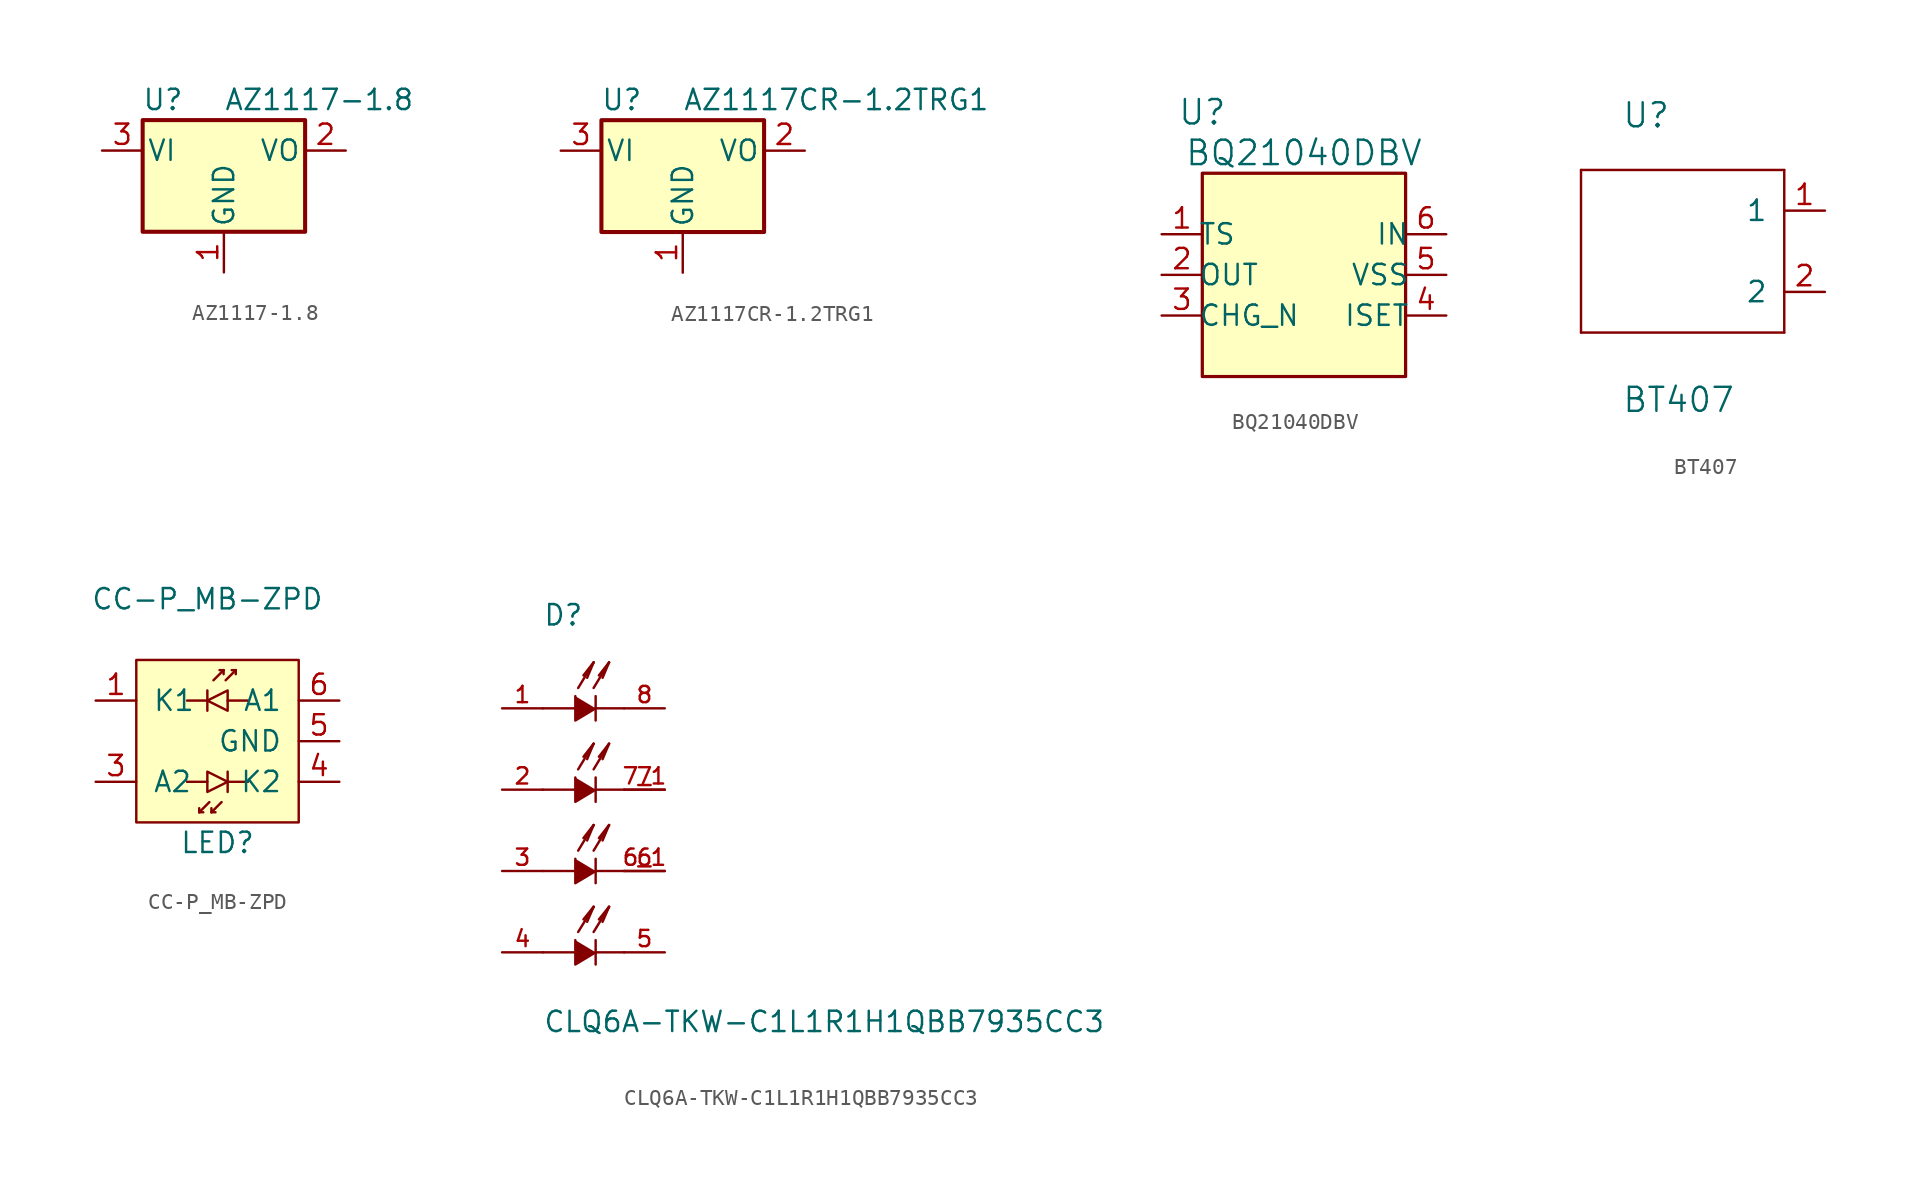
<source format=kicad_sym>
(kicad_symbol_lib
  (version 20201005)
  (generator kicad_symbol_editor)
  (symbol "mSchLibrary:AZ1117-1.8"
    (pin_names
      (offset 0.254))
    (property "Reference" "U"
      (at -3.81 3.175 0)
      (effects (font (size 1.27 1.27))))
    (property "Value" "AZ1117-1.8"
      (at 0 3.175 0)
      (effects (font (size 1.27 1.27)) (justify left)))
    (symbol "AZ1117-1.8_0_1"
      (rectangle (start -5.08 1.905) (end 5.08 -5.08) (stroke (width 0.254)) (fill (type background))))
    (symbol "AZ1117-1.8_1_1"
      (pin power_in line (at 0 -7.62 90) (length 2.54) (name "GND" (effects (font (size 1.27 1.27)))) (number "1" (effects (font (size 1.27 1.27)))))
      (pin power_out line (at 7.62 0 180) (length 2.54) (name "VO" (effects (font (size 1.27 1.27)))) (number "2" (effects (font (size 1.27 1.27)))))
      (pin power_in line (at -7.62 0 0) (length 2.54) (name "VI" (effects (font (size 1.27 1.27)))) (number "3" (effects (font (size 1.27 1.27)))))))
  (symbol "mSchLibrary:AZ1117CR-1.2TRG1"
    (pin_names
      (offset 0.254))
    (property "Reference" "U"
      (at -3.81 3.175 0)
      (effects (font (size 1.27 1.27))))
    (property "Value" "AZ1117CR-1.2TRG1"
      (at 0 3.175 0)
      (effects (font (size 1.27 1.27)) (justify left)))
    (symbol "AZ1117CR-1.2TRG1_0_1"
      (rectangle (start -5.08 1.905) (end 5.08 -5.08) (stroke (width 0.254)) (fill (type background))))
    (symbol "AZ1117CR-1.2TRG1_1_1"
      (pin power_in line (at 0 -7.62 90) (length 2.54) (name "GND" (effects (font (size 1.27 1.27)))) (number "1" (effects (font (size 1.27 1.27)))))
      (pin power_out line (at 7.62 0 180) (length 2.54) (name "VO" (effects (font (size 1.27 1.27)))) (number "2" (effects (font (size 1.27 1.27)))))
      (pin power_in line (at -7.62 0 0) (length 2.54) (name "VI" (effects (font (size 1.27 1.27)))) (number "3" (effects (font (size 1.27 1.27)))))))
  (symbol "mSchLibrary:BQ21040DBV"
    (pin_names
      (offset -0.254))
    (property "Reference" "U"
      (at -6.35 10.16 0)
      (effects (font (size 1.524 1.524))))
    (property "Value" "BQ21040DBV"
      (at 0 7.62 0)
      (effects (font (size 1.524 1.524))))
    (symbol "BQ21040DBV_0_1"
      (rectangle (start -6.35 6.35) (end 6.35 -6.35) (stroke (width 0.203)) (fill (type background))))
    (symbol "BQ21040DBV_1_0"
      (pin input line (at -8.89 2.54 0) (length 2.54) (name "TS" (effects (font (size 1.27 1.27)))) (number "1" (effects (font (size 1.27 1.27)))))
      (pin power_out line (at -8.89 0 0) (length 2.54) (name "OUT" (effects (font (size 1.27 1.27)))) (number "2" (effects (font (size 1.27 1.27)))))
      (pin output line (at -8.89 -2.54 0) (length 2.54) (name "CHG_N" (effects (font (size 1.27 1.27)))) (number "3" (effects (font (size 1.27 1.27)))))
      (pin input line (at 8.89 -2.54 180) (length 2.54) (name "ISET" (effects (font (size 1.27 1.27)))) (number "4" (effects (font (size 1.27 1.27)))))
      (pin power_in line (at 8.89 0 180) (length 2.54) (name "VSS" (effects (font (size 1.27 1.27)))) (number "5" (effects (font (size 1.27 1.27)))))
      (pin power_in line (at 8.89 2.54 180) (length 2.54) (name "IN" (effects (font (size 1.27 1.27)))) (number "6" (effects (font (size 1.27 1.27)))))))
  (symbol "mSchLibrary:BT407"
    (pin_names
      (offset 1.016))
    (property "Reference" "U"
      (at -5.08 7.62 0)
      (effects (font (size 1.499 1.499)) (justify left bottom)))
    (property "Value" "BT407"
      (at -5.08 -10.16 0)
      (effects (font (size 1.499 1.499)) (justify left bottom)))
    (symbol "BT407_1_0"
      (polyline (pts (xy -7.62 -5.08) (xy -7.62 5.08)) (stroke (width 0)) (fill (type none)))
      (polyline (pts (xy -7.62 5.08) (xy 5.08 5.08)) (stroke (width 0)) (fill (type none)))
      (polyline (pts (xy 5.08 -5.08) (xy -7.62 -5.08)) (stroke (width 0)) (fill (type none)))
      (polyline (pts (xy 5.08 5.08) (xy 5.08 -5.08)) (stroke (width 0)) (fill (type none)))
      (pin bidirectional line (at 7.62 2.54 180) (length 2.54) (name "1" (effects (font (size 1.27 1.27)))) (number "1" (effects (font (size 1.27 1.27)))))
      (pin bidirectional line (at 7.62 -2.54 180) (length 2.54) (name "2" (effects (font (size 1.27 1.27)))) (number "2" (effects (font (size 1.27 1.27)))))))
  (symbol "mSchLibrary:CC-P_MB-ZPD"
    (pin_names
      (offset 1.016))
    (property "Reference" "LED"
      (at 0 -6.35 0)
      (effects (font (size 1.27 1.27))))
    (property "Value" "CC-P_MB-ZPD"
      (at -0.635 8.89 0)
      (effects (font (size 1.27 1.27))))
    (symbol "CC-P_MB-ZPD_0_0"
      (pin passive line (at -7.62 2.54 0) (length 2.54) (name "K1" (effects (font (size 1.27 1.27)))) (number "1" (effects (font (size 1.27 1.27)))))
      (pin passive line (at -7.62 -2.54 0) (length 2.54) (name "A2" (effects (font (size 1.27 1.27)))) (number "3" (effects (font (size 1.27 1.27)))))
      (pin power_in line (at 7.62 -2.54 180) (length 2.54) (name "K2" (effects (font (size 1.27 1.27)))) (number "4" (effects (font (size 1.27 1.27)))))
      (pin passive line (at 7.62 0 180) (length 2.54) (name "GND" (effects (font (size 1.27 1.27)))) (number "5" (effects (font (size 1.27 1.27)))))
      (pin power_in line (at 7.62 2.54 180) (length 2.54) (name "A1" (effects (font (size 1.27 1.27)))) (number "6" (effects (font (size 1.27 1.27))))))
    (symbol "CC-P_MB-ZPD_0_1"
      (rectangle (start 5.08 5.08) (end -5.08 -5.08) (stroke (width 0)) (fill (type background)))
      (polyline (pts (xy -1.143 -4.445) (xy -1.143 -4.191)) (stroke (width 0)) (fill (type none)))
      (polyline (pts (xy -1.143 -4.445) (xy -0.889 -4.445)) (stroke (width 0)) (fill (type none)))
      (polyline (pts (xy -0.635 -2.54) (xy -1.905 -2.54)) (stroke (width 0)) (fill (type none)))
      (polyline (pts (xy -0.635 2.54) (xy -1.905 2.54)) (stroke (width 0)) (fill (type none)))
      (polyline (pts (xy -0.635 3.175) (xy -0.635 1.905)) (stroke (width 0)) (fill (type none)))
      (polyline (pts (xy -0.508 -3.81) (xy -1.143 -4.445)) (stroke (width 0)) (fill (type none)))
      (polyline (pts (xy -0.381 -4.445) (xy -0.381 -4.191)) (stroke (width 0)) (fill (type none)))
      (polyline (pts (xy -0.381 -4.445) (xy -0.127 -4.445)) (stroke (width 0)) (fill (type none)))
      (polyline (pts (xy -0.254 3.81) (xy 0.381 4.445)) (stroke (width 0)) (fill (type none)))
      (polyline (pts (xy 0.254 -3.81) (xy -0.381 -4.445)) (stroke (width 0)) (fill (type none)))
      (polyline (pts (xy 0.381 4.445) (xy 0.127 4.445)) (stroke (width 0)) (fill (type none)))
      (polyline (pts (xy 0.381 4.445) (xy 0.381 4.191)) (stroke (width 0)) (fill (type none)))
      (polyline (pts (xy 0.508 3.81) (xy 1.143 4.445)) (stroke (width 0)) (fill (type none)))
      (polyline (pts (xy 0.635 -3.175) (xy 0.635 -1.905)) (stroke (width 0)) (fill (type none)))
      (polyline (pts (xy 0.635 -2.54) (xy 1.905 -2.54)) (stroke (width 0)) (fill (type none)))
      (polyline (pts (xy 0.635 2.54) (xy 1.905 2.54)) (stroke (width 0)) (fill (type none)))
      (polyline (pts (xy 1.143 4.445) (xy 0.889 4.445)) (stroke (width 0)) (fill (type none)))
      (polyline (pts (xy 1.143 4.445) (xy 1.143 4.191)) (stroke (width 0)) (fill (type none)))
      (polyline (pts (xy -0.635 2.54) (xy 0.635 3.175) (xy 0.635 1.905) (xy -0.635 2.54)) (stroke (width 0)) (fill (type none)))
      (polyline (pts (xy 0.635 -2.54) (xy -0.635 -3.175) (xy -0.635 -1.905) (xy 0.635 -2.54)) (stroke (width 0)) (fill (type none)))))
  (symbol "mSchLibrary:CLQ6A-TKW-C1L1R1H1QBB7935CC3"
    (pin_names
      (offset 1.016) hide)
    (property "Reference" "D"
      (at -2.54 12.7 0)
      (effects (font (size 1.27 1.27)) (justify left bottom)))
    (property "Value" "CLQ6A-TKW-C1L1R1H1QBB7935CC3"
      (at -2.54 -12.7 0)
      (effects (font (size 1.27 1.27)) (justify left bottom)))
    (symbol "CLQ6A-TKW-C1L1R1H1QBB7935CC3_0_0"
      (polyline (pts (xy -0.508 -7.62) (xy -2.54 -7.62)) (stroke (width 0.152)) (fill (type none)))
      (polyline (pts (xy -0.508 -2.54) (xy -2.54 -2.54)) (stroke (width 0.152)) (fill (type none)))
      (polyline (pts (xy -0.508 2.54) (xy -2.54 2.54)) (stroke (width 0.152)) (fill (type none)))
      (polyline (pts (xy -0.508 7.62) (xy -2.54 7.62)) (stroke (width 0.152)) (fill (type none)))
      (polyline (pts (xy -0.33 -6.35) (xy 0.635 -4.775)) (stroke (width 0.152)) (fill (type none)))
      (polyline (pts (xy -0.33 -1.27) (xy 0.635 0.33)) (stroke (width 0.152)) (fill (type none)))
      (polyline (pts (xy -0.33 3.81) (xy 0.635 5.41)) (stroke (width 0.152)) (fill (type none)))
      (polyline (pts (xy -0.33 8.89) (xy 0.635 10.49)) (stroke (width 0.152)) (fill (type none)))
      (polyline (pts (xy 0.635 -6.35) (xy 1.6 -4.775)) (stroke (width 0.152)) (fill (type none)))
      (polyline (pts (xy 0.635 -4.775) (xy 0 -5.563)) (stroke (width 0.152)) (fill (type none)))
      (polyline (pts (xy 0.635 -4.775) (xy 0.229 -5.715)) (stroke (width 0.152)) (fill (type none)))
      (polyline (pts (xy 0.635 -1.27) (xy 1.6 0.33)) (stroke (width 0.152)) (fill (type none)))
      (polyline (pts (xy 0.635 0.33) (xy 0 -0.483)) (stroke (width 0.152)) (fill (type none)))
      (polyline (pts (xy 0.635 0.33) (xy 0.229 -0.635)) (stroke (width 0.152)) (fill (type none)))
      (polyline (pts (xy 0.635 3.81) (xy 1.6 5.41)) (stroke (width 0.152)) (fill (type none)))
      (polyline (pts (xy 0.635 5.41) (xy 0 4.597)) (stroke (width 0.152)) (fill (type none)))
      (polyline (pts (xy 0.635 5.41) (xy 0.229 4.445)) (stroke (width 0.152)) (fill (type none)))
      (polyline (pts (xy 0.635 8.89) (xy 1.6 10.49)) (stroke (width 0.152)) (fill (type none)))
      (polyline (pts (xy 0.635 10.49) (xy 0 9.677)) (stroke (width 0.152)) (fill (type none)))
      (polyline (pts (xy 0.635 10.49) (xy 0.229 9.525)) (stroke (width 0.152)) (fill (type none)))
      (polyline (pts (xy 0.762 -8.382) (xy 0.762 -6.858)) (stroke (width 0.152)) (fill (type none)))
      (polyline (pts (xy 0.762 -7.62) (xy 2.54 -7.62)) (stroke (width 0.152)) (fill (type none)))
      (polyline (pts (xy 0.762 -3.302) (xy 0.762 -1.778)) (stroke (width 0.152)) (fill (type none)))
      (polyline (pts (xy 0.762 -2.54) (xy 2.54 -2.54)) (stroke (width 0.152)) (fill (type none)))
      (polyline (pts (xy 0.762 1.778) (xy 0.762 3.302)) (stroke (width 0.152)) (fill (type none)))
      (polyline (pts (xy 0.762 2.54) (xy 2.54 2.54)) (stroke (width 0.152)) (fill (type none)))
      (polyline (pts (xy 0.762 6.858) (xy 0.762 8.382)) (stroke (width 0.152)) (fill (type none)))
      (polyline (pts (xy 0.762 7.62) (xy 2.54 7.62)) (stroke (width 0.152)) (fill (type none)))
      (polyline (pts (xy 1.6 -4.775) (xy 0.965 -5.563)) (stroke (width 0.152)) (fill (type none)))
      (polyline (pts (xy 1.6 -4.775) (xy 1.194 -5.715)) (stroke (width 0.152)) (fill (type none)))
      (polyline (pts (xy 1.6 0.33) (xy 0.965 -0.483)) (stroke (width 0.152)) (fill (type none)))
      (polyline (pts (xy 1.6 0.33) (xy 1.194 -0.635)) (stroke (width 0.152)) (fill (type none)))
      (polyline (pts (xy 1.6 5.41) (xy 0.965 4.597)) (stroke (width 0.152)) (fill (type none)))
      (polyline (pts (xy 1.6 5.41) (xy 1.194 4.445)) (stroke (width 0.152)) (fill (type none)))
      (polyline (pts (xy 1.6 10.49) (xy 0.965 9.677)) (stroke (width 0.152)) (fill (type none)))
      (polyline (pts (xy 1.6 10.49) (xy 1.194 9.525)) (stroke (width 0.152)) (fill (type none)))
      (polyline (pts (xy 0.762 -7.62) (xy -0.508 -8.382) (xy -0.508 -6.858)) (stroke (width 0.152)) (fill (type outline)))
      (polyline (pts (xy 0.762 -2.54) (xy -0.508 -3.302) (xy -0.508 -1.778)) (stroke (width 0.152)) (fill (type outline)))
      (polyline (pts (xy 0.762 2.54) (xy -0.508 1.778) (xy -0.508 3.302)) (stroke (width 0.152)) (fill (type outline)))
      (polyline (pts (xy 0.762 7.62) (xy -0.508 6.858) (xy -0.508 8.382)) (stroke (width 0.152)) (fill (type outline)))
      (pin passive line (at -5.08 7.62 0) (length 2.54) (name "~" (effects (font (size 1.016 1.016)))) (number "1" (effects (font (size 1.016 1.016)))))
      (pin passive line (at -5.08 2.54 0) (length 2.54) (name "~" (effects (font (size 1.016 1.016)))) (number "2" (effects (font (size 1.016 1.016)))))
      (pin passive line (at -5.08 -2.54 0) (length 2.54) (name "~" (effects (font (size 1.016 1.016)))) (number "3" (effects (font (size 1.016 1.016)))))
      (pin passive line (at -5.08 -7.62 0) (length 2.54) (name "~" (effects (font (size 1.016 1.016)))) (number "4" (effects (font (size 1.016 1.016)))))
      (pin passive line (at 5.08 -7.62 180) (length 2.54) (name "~" (effects (font (size 1.016 1.016)))) (number "5" (effects (font (size 1.016 1.016)))))
      (pin passive line (at 5.08 -2.54 180) (length 2.54) (name "~" (effects (font (size 1.016 1.016)))) (number "6" (effects (font (size 1.016 1.016)))))
      (pin passive line (at 5.08 -2.54 180) (length 2.54) (name "~" (effects (font (size 1.016 1.016)))) (number "6_1" (effects (font (size 1.016 1.016)))))
      (pin passive line (at 5.08 2.54 180) (length 2.54) (name "~" (effects (font (size 1.016 1.016)))) (number "7" (effects (font (size 1.016 1.016)))))
      (pin passive line (at 5.08 2.54 180) (length 2.54) (name "~" (effects (font (size 1.016 1.016)))) (number "7_1" (effects (font (size 1.016 1.016)))))
      (pin passive line (at 5.08 7.62 180) (length 2.54) (name "~" (effects (font (size 1.016 1.016)))) (number "8" (effects (font (size 1.016 1.016))))))))
</source>
